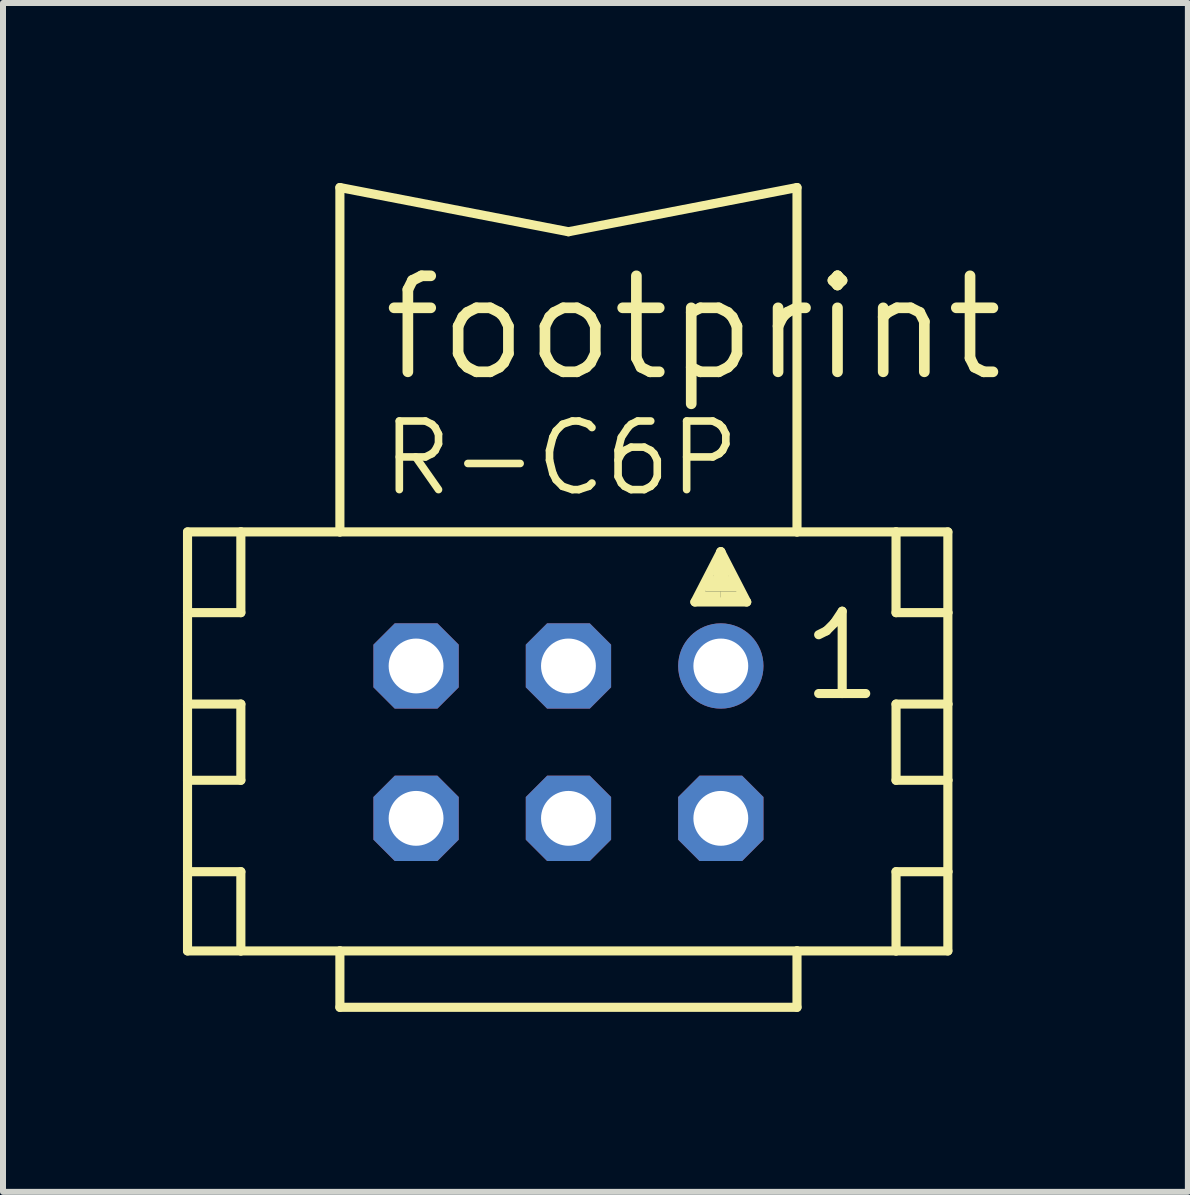
<source format=kicad_pcb>
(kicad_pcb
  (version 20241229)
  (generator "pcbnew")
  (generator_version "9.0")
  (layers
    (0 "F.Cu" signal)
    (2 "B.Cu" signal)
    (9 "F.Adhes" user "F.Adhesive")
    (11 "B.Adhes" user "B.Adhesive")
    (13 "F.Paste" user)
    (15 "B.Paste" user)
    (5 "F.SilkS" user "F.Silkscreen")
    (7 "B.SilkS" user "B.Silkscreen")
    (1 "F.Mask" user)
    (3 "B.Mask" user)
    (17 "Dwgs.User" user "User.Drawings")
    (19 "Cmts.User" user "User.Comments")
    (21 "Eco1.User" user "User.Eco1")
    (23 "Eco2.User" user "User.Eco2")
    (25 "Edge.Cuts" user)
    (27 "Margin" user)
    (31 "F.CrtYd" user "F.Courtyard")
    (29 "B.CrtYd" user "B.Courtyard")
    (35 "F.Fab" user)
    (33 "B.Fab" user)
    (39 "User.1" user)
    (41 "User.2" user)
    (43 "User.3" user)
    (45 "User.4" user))
  (footprint "footprint"
    (layer "F.Cu")
    (at 6.426 9.322)
    (property "Reference" "footprint" (at -3.175 -5.969 0) (layer "F.SilkS") (effects (font (size 1.6 1.6) (thickness 0.178)) (justify left bottom)))
    (fp_line (start -6.35 -3.505) (end -6.35 -2.159) (stroke (width 0.152) (type solid)) (layer "F.SilkS"))
    (fp_line (start -6.35 -2.159) (end -6.35 -0.635) (stroke (width 0.152) (type solid)) (layer "F.SilkS"))
    (fp_line (start -6.35 -2.159) (end -5.461 -2.159) (stroke (width 0.152) (type solid)) (layer "F.SilkS"))
    (fp_line (start -6.35 -0.635) (end -6.35 0.635) (stroke (width 0.152) (type solid)) (layer "F.SilkS"))
    (fp_line (start -6.35 -0.635) (end -5.461 -0.635) (stroke (width 0.152) (type solid)) (layer "F.SilkS"))
    (fp_line (start -6.35 0.635) (end -6.35 2.159) (stroke (width 0.152) (type solid)) (layer "F.SilkS"))
    (fp_line (start -6.35 0.635) (end -5.461 0.635) (stroke (width 0.152) (type solid)) (layer "F.SilkS"))
    (fp_line (start -6.35 2.159) (end -6.35 3.48) (stroke (width 0.152) (type solid)) (layer "F.SilkS"))
    (fp_line (start -6.35 2.159) (end -5.461 2.159) (stroke (width 0.152) (type solid)) (layer "F.SilkS"))
    (fp_line (start -6.35 3.48) (end -5.461 3.48) (stroke (width 0.152) (type solid)) (layer "F.SilkS"))
    (fp_line (start -5.461 -3.505) (end -6.35 -3.505) (stroke (width 0.152) (type solid)) (layer "F.SilkS"))
    (fp_line (start -5.461 -3.505) (end -5.461 -2.159) (stroke (width 0.152) (type solid)) (layer "F.SilkS"))
    (fp_line (start -5.461 -0.635) (end -5.461 0.635) (stroke (width 0.152) (type solid)) (layer "F.SilkS"))
    (fp_line (start -5.461 2.159) (end -5.461 3.48) (stroke (width 0.152) (type solid)) (layer "F.SilkS"))
    (fp_line (start -5.461 3.48) (end -3.81 3.48) (stroke (width 0.152) (type solid)) (layer "F.SilkS"))
    (fp_line (start -3.81 -3.505) (end -5.461 -3.505) (stroke (width 0.152) (type solid)) (layer "F.SilkS"))
    (fp_line (start -3.81 -3.505) (end -3.81 -9.246) (stroke (width 0.152) (type solid)) (layer "F.SilkS"))
    (fp_line (start -3.81 3.48) (end -3.81 4.42) (stroke (width 0.152) (type solid)) (layer "F.SilkS"))
    (fp_line (start -3.81 3.48) (end 3.81 3.48) (stroke (width 0.152) (type solid)) (layer "F.SilkS"))
    (fp_line (start 0 -8.509) (end -3.81 -9.246) (stroke (width 0.152) (type solid)) (layer "F.SilkS"))
    (fp_line (start 0 -8.509) (end 3.81 -9.246) (stroke (width 0.152) (type solid)) (layer "F.SilkS"))
    (fp_line (start 2.108 -2.337) (end 2.54 -3.175) (stroke (width 0.152) (type solid)) (layer "F.SilkS"))
    (fp_line (start 2.54 -3.175) (end 2.54 -2.921) (stroke (width 0.152) (type solid)) (layer "F.SilkS"))
    (fp_line (start 2.54 -3.175) (end 2.972 -2.337) (stroke (width 0.152) (type solid)) (layer "F.SilkS"))
    (fp_line (start 2.972 -2.337) (end 2.108 -2.337) (stroke (width 0.152) (type solid)) (layer "F.SilkS"))
    (fp_line (start 3.81 -3.505) (end -3.81 -3.505) (stroke (width 0.152) (type solid)) (layer "F.SilkS"))
    (fp_line (start 3.81 -3.505) (end 3.81 -9.246) (stroke (width 0.152) (type solid)) (layer "F.SilkS"))
    (fp_line (start 3.81 3.48) (end 3.81 4.42) (stroke (width 0.152) (type solid)) (layer "F.SilkS"))
    (fp_line (start 3.81 3.48) (end 5.461 3.48) (stroke (width 0.152) (type solid)) (layer "F.SilkS"))
    (fp_line (start 3.81 4.42) (end -3.81 4.42) (stroke (width 0.152) (type solid)) (layer "F.SilkS"))
    (fp_line (start 5.461 -3.505) (end 3.81 -3.505) (stroke (width 0.152) (type solid)) (layer "F.SilkS"))
    (fp_line (start 5.461 -3.505) (end 5.461 -2.159) (stroke (width 0.152) (type solid)) (layer "F.SilkS"))
    (fp_line (start 5.461 -2.159) (end 6.325 -2.159) (stroke (width 0.152) (type solid)) (layer "F.SilkS"))
    (fp_line (start 5.461 -0.635) (end 5.461 0.635) (stroke (width 0.152) (type solid)) (layer "F.SilkS"))
    (fp_line (start 5.461 -0.635) (end 6.325 -0.635) (stroke (width 0.152) (type solid)) (layer "F.SilkS"))
    (fp_line (start 5.461 0.635) (end 6.325 0.635) (stroke (width 0.152) (type solid)) (layer "F.SilkS"))
    (fp_line (start 5.461 2.159) (end 5.461 3.48) (stroke (width 0.152) (type solid)) (layer "F.SilkS"))
    (fp_line (start 5.461 2.159) (end 6.325 2.159) (stroke (width 0.152) (type solid)) (layer "F.SilkS"))
    (fp_line (start 5.461 3.48) (end 6.325 3.48) (stroke (width 0.152) (type solid)) (layer "F.SilkS"))
    (fp_line (start 6.325 -3.505) (end 5.461 -3.505) (stroke (width 0.152) (type solid)) (layer "F.SilkS"))
    (fp_line (start 6.325 -2.159) (end 6.325 -3.505) (stroke (width 0.152) (type solid)) (layer "F.SilkS"))
    (fp_line (start 6.325 -0.635) (end 6.325 -2.159) (stroke (width 0.152) (type solid)) (layer "F.SilkS"))
    (fp_line (start 6.325 0.635) (end 6.325 -0.635) (stroke (width 0.152) (type solid)) (layer "F.SilkS"))
    (fp_line (start 6.325 2.159) (end 6.325 0.635) (stroke (width 0.152) (type solid)) (layer "F.SilkS"))
    (fp_line (start 6.325 3.48) (end 6.325 2.159) (stroke (width 0.152) (type solid)) (layer "F.SilkS"))
    (fp_poly (pts (xy 2.159 -2.388) (xy 2.54 -2.388) (xy 2.54 -2.515) (xy 2.159 -2.515)) (stroke (width 0) (type solid)) (fill yes) (layer "F.SilkS"))
    (fp_poly (pts (xy 2.286 -2.515) (xy 2.794 -2.515) (xy 2.794 -2.769) (xy 2.286 -2.769)) (stroke (width 0) (type solid)) (fill yes) (layer "F.SilkS"))
    (fp_poly (pts (xy 2.413 -2.718) (xy 2.667 -2.718) (xy 2.667 -2.972) (xy 2.413 -2.972)) (stroke (width 0) (type solid)) (fill yes) (layer "F.SilkS"))
    (fp_poly (pts (xy 2.54 -2.388) (xy 2.921 -2.388) (xy 2.921 -2.515) (xy 2.54 -2.515)) (stroke (width 0) (type solid)) (fill yes) (layer "F.SilkS"))
    (fp_text user "1" (at 3.81 -0.635 0) (layer "F.SilkS") (effects (font (size 1.372 1.372) (thickness 0.152)) (justify left bottom)))
    (fp_text user "R-C6P" (at -3.175 -4.064 0) (layer "F.SilkS") (effects (font (size 1.143 1.143) (thickness 0.127)) (justify left bottom)))
    (pad "1" thru_hole circle (at 2.54 -1.27) (size 1.422 1.422) (drill 0.914) (layers "*.Cu" "*.Mask"))
    (pad "2" thru_hole roundrect (at 2.54 1.27) (size 1.422 1.422) (drill 0.914) (layers "*.Cu" "*.Mask") (roundrect_rratio 0.25) (chamfer_ratio 0.25) (chamfer top_left top_right bottom_left bottom_right))
    (pad "3" thru_hole roundrect (at 0 -1.27) (size 1.422 1.422) (drill 0.914) (layers "*.Cu" "*.Mask") (roundrect_rratio 0.25) (chamfer_ratio 0.25) (chamfer top_left top_right bottom_left bottom_right))
    (pad "4" thru_hole roundrect (at 0 1.27) (size 1.422 1.422) (drill 0.914) (layers "*.Cu" "*.Mask") (roundrect_rratio 0.25) (chamfer_ratio 0.25) (chamfer top_left top_right bottom_left bottom_right))
    (pad "5" thru_hole roundrect (at -2.54 -1.27) (size 1.422 1.422) (drill 0.914) (layers "*.Cu" "*.Mask") (roundrect_rratio 0.25) (chamfer_ratio 0.25) (chamfer top_left top_right bottom_left bottom_right))
    (pad "6" thru_hole roundrect (at -2.54 1.27) (size 1.422 1.422) (drill 0.914) (layers "*.Cu" "*.Mask") (roundrect_rratio 0.25) (chamfer_ratio 0.25) (chamfer top_left top_right bottom_left bottom_right)))
  (gr_rect
    (start -3 -3)
    (end 16.752 16.818)
    (stroke (width 0.1) (type default))
    (fill no)
    (layer "Edge.Cuts")))
</source>
